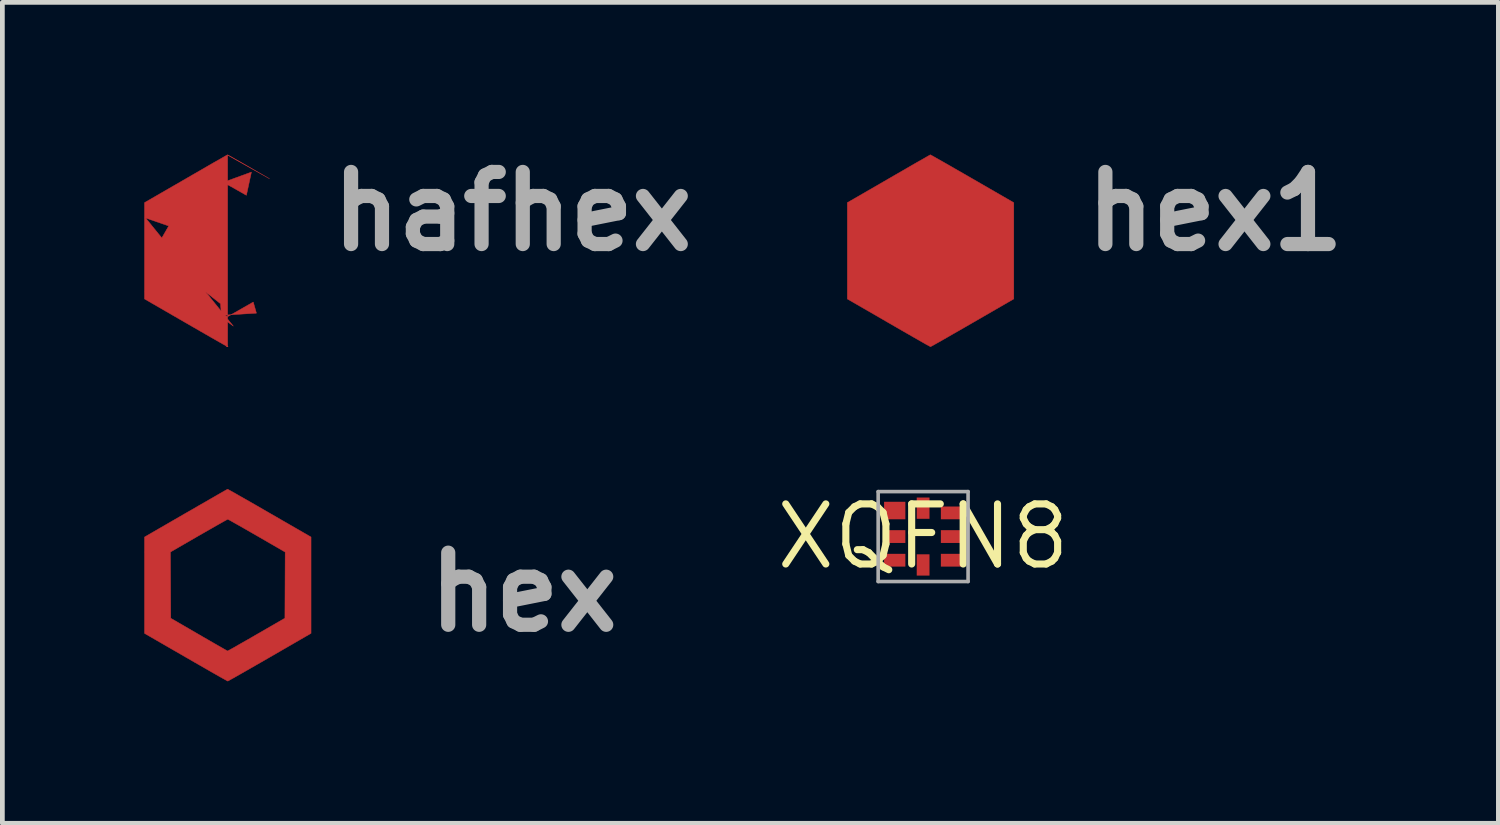
<source format=kicad_pcb>
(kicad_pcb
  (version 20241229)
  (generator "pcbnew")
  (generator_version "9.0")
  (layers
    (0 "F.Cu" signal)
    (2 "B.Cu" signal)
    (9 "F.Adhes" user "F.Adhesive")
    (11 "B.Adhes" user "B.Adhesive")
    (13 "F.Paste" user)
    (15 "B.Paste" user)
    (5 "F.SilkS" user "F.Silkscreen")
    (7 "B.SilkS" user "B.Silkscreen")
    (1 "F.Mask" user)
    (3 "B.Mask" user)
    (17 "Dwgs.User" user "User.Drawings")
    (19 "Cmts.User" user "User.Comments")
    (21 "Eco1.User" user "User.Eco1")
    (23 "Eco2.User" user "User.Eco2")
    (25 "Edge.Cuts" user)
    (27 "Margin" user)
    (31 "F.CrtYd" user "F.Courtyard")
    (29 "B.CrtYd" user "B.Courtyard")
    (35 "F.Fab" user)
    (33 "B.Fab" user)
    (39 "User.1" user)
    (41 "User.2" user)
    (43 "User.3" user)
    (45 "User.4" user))
  (footprint "hex1"
    (layer "F.Cu")
    (at 16.282 1.418)
    (property "Reference" "hex1" (at 6.35 0 0) (layer "F.Fab") (effects (font (size 1.524 1.524) (thickness 0.3))))
    (attr through_hole)
    (fp_poly (pts (xy -1.34 1.82) (xy 0.34 2.75) (xy 1.99 1.8) (xy 2.02 -0.14) (xy 0.32 -1.11) (xy -1.35 -0.15)) (stroke (width 0.1) (type solid)) (fill yes) (layer "F.Cu"))
    (fp_poly (pts (xy 0.34 -1.191) (xy 0.373 -1.173) (xy 0.423 -1.145) (xy 0.491 -1.106) (xy 0.575 -1.059) (xy 0.671 -1.004) (xy 0.78 -0.942) (xy 0.899 -0.873) (xy 1.027 -0.8) (xy 1.162 -0.722) (xy 1.214 -0.692) (xy 2.092 -0.185) (xy 2.092 1.849) (xy 1.218 2.354) (xy 1.081 2.433) (xy 0.951 2.508) (xy 0.828 2.578) (xy 0.715 2.643) (xy 0.614 2.701) (xy 0.525 2.752) (xy 0.451 2.793) (xy 0.393 2.826) (xy 0.354 2.847) (xy 0.334 2.858) (xy 0.332 2.859) (xy 0.32 2.852) (xy 0.287 2.834) (xy 0.235 2.806) (xy 0.167 2.767) (xy 0.083 2.719) (xy -0.014 2.664) (xy -0.123 2.601) (xy -0.242 2.533) (xy -0.37 2.459) (xy -0.505 2.381) (xy -0.552 2.354) (xy -1.425 1.85) (xy -1.425 0.131) (xy 1.95 0.423) (xy 0.45 2.423) (xy -0.276 1.876) (xy -0.164 1.941) (xy -0.058 2.002) (xy 0.04 2.058) (xy 0.126 2.108) (xy 0.2 2.15) (xy 0.259 2.184) (xy 0.301 2.208) (xy 0.325 2.221) (xy 0.329 2.223) (xy 0.341 2.217) (xy 0.374 2.199) (xy 0.424 2.171) (xy 0.49 2.134) (xy 0.57 2.088) (xy 0.661 2.036) (xy 0.763 1.978) (xy 0.872 1.915) (xy 0.939 2.15) (xy 0.2 2.196) (xy 1.622 0.503) (xy -1.222 0.843) (xy -0.55 -0.327) (xy 0.833 -0.831) (xy 0.727 -0.341) (xy 0.629 -0.397) (xy 0.541 -0.447) (xy 0.467 -0.489) (xy 0.406 -0.523) (xy 0.363 -0.547) (xy 0.338 -0.56) (xy 0.334 -0.562) (xy 0.32 -0.555) (xy 0.287 -0.538) (xy 0.236 -0.51) (xy 0.17 -0.472) (xy 0.089 -0.427) (xy -0.003 -0.374) (xy -0.105 -0.316) (xy -0.215 -0.253) (xy 0 0) (xy -0.8 0.346) (xy -1.425 0.131) (xy -1.425 -0.186) (xy -0.552 -0.69) (xy -0.416 -0.769) (xy -0.285 -0.844) (xy -0.163 -0.915) (xy -0.051 -0.98) (xy 0.05 -1.038) (xy 0.139 -1.088) (xy 0.212 -1.13) (xy 0.269 -1.163) (xy 0.308 -1.185) (xy 0.327 -1.196) (xy 0.328 -1.197) (xy 0.34 -1.191)) (stroke (width 0.01) (type solid)) (fill yes) (layer "F.Cu")))
  (footprint "hafhex"
    (layer "F.Cu")
    (at 1.43 1.418)
    (property "Reference" "hafhex" (at 6.35 0 0) (layer "F.Fab") (effects (font (size 1.524 1.524) (thickness 0.3))))
    (attr smd)
    (fp_poly (pts (xy 0.34 -1.191) (xy 0.373 -1.173) (xy 0.423 -1.145) (xy 0.491 -1.106) (xy 0.575 -1.059) (xy 0.671 -1.004) (xy 0.78 -0.942) (xy 0.899 -0.873) (xy 1.027 -0.8) (xy 1.162 -0.722) (xy 1.214 -0.692) (xy 0.33 -1.19) (xy 0.33 2.86) (xy 0.32 2.84) (xy 0.3 2.83) (xy 0.31 2.83) (xy 0.31 2.86) (xy 0.33 2.85) (xy 0.34 2.85) (xy 0.32 2.86) (xy 0.32 2.85) (xy 0.29 2.84) (xy 0.32 2.847) (xy 0.334 2.858) (xy 0.332 2.859) (xy 0.32 2.852) (xy 0.287 2.834) (xy 0.235 2.806) (xy 0.167 2.767) (xy 0.083 2.719) (xy -0.014 2.664) (xy -0.123 2.601) (xy -0.242 2.533) (xy -0.37 2.459) (xy -0.505 2.381) (xy -0.552 2.354) (xy -1.425 1.85) (xy -1.425 0.131) (xy -1.41 0.13) (xy 0.45 2.423) (xy -0.276 1.876) (xy -0.164 1.941) (xy -0.058 2.002) (xy 0.04 2.058) (xy 0.126 2.108) (xy 0.2 2.15) (xy 0.259 2.184) (xy 0.301 2.208) (xy 0.325 2.221) (xy 0.329 2.223) (xy 0.341 2.217) (xy 0.374 2.199) (xy 0.424 2.171) (xy 0.49 2.134) (xy 0.57 2.088) (xy 0.661 2.036) (xy 0.763 1.978) (xy 0.872 1.915) (xy 0.939 2.15) (xy 0.2 2.196) (xy 0.18 1.95) (xy -1.222 0.843) (xy -0.55 -0.327) (xy 0.833 -0.831) (xy 0.727 -0.341) (xy 0.629 -0.397) (xy 0.541 -0.447) (xy 0.467 -0.489) (xy 0.406 -0.523) (xy 0.363 -0.547) (xy 0.338 -0.56) (xy 0.334 -0.562) (xy 0.32 -0.555) (xy 0.287 -0.538) (xy 0.236 -0.51) (xy 0.17 -0.472) (xy 0.089 -0.427) (xy -0.003 -0.374) (xy -0.105 -0.316) (xy -0.215 -0.253) (xy 0 0) (xy -0.8 0.346) (xy -1.425 0.131) (xy -1.425 -0.186) (xy -0.552 -0.69) (xy -0.416 -0.769) (xy -0.285 -0.844) (xy -0.163 -0.915) (xy -0.051 -0.98) (xy 0.05 -1.038) (xy 0.139 -1.088) (xy 0.212 -1.13) (xy 0.269 -1.163) (xy 0.308 -1.185) (xy 0.327 -1.196) (xy 0.328 -1.197) (xy 0.34 -1.191)) (stroke (width 0.01) (type solid)) (fill yes) (layer "F.Cu")))
  (footprint "hex"
    (layer "F.Cu")
    (at 1.669 9.464)
    (property "Reference" "hex" (at 6.35 0 0) (layer "F.Fab") (effects (font (size 1.524 1.524) (thickness 0.3))))
    (attr through_hole)
    (fp_poly (pts (xy 0.102 -2.17) (xy 0.134 -2.152) (xy 0.185 -2.124) (xy 0.253 -2.086) (xy 0.336 -2.038) (xy 0.433 -1.983) (xy 0.542 -1.921) (xy 0.661 -1.853) (xy 0.789 -1.779) (xy 0.924 -1.701) (xy 0.976 -1.671) (xy 1.854 -1.165) (xy 1.854 0.87) (xy 0.98 1.375) (xy 0.843 1.454) (xy 0.712 1.529) (xy 0.59 1.599) (xy 0.477 1.664) (xy 0.375 1.722) (xy 0.287 1.772) (xy 0.213 1.814) (xy 0.155 1.846) (xy 0.116 1.868) (xy 0.096 1.879) (xy 0.094 1.879) (xy 0.081 1.873) (xy 0.049 1.855) (xy -0.003 1.826) (xy -0.071 1.788) (xy -0.155 1.74) (xy -0.252 1.685) (xy -0.361 1.622) (xy -0.481 1.553) (xy -0.609 1.48) (xy -0.743 1.402) (xy -0.791 1.375) (xy -1.664 0.871) (xy -1.664 -0.848) (xy -1.118 -0.848) (xy -1.111 0.551) (xy -0.514 0.897) (xy -0.402 0.962) (xy -0.296 1.023) (xy -0.199 1.079) (xy -0.112 1.129) (xy -0.038 1.171) (xy 0.021 1.205) (xy 0.063 1.229) (xy 0.087 1.242) (xy 0.091 1.244) (xy 0.103 1.238) (xy 0.135 1.22) (xy 0.186 1.192) (xy 0.252 1.155) (xy 0.331 1.109) (xy 0.423 1.057) (xy 0.525 0.999) (xy 0.634 0.936) (xy 0.701 0.897) (xy 1.302 0.55) (xy 1.305 -0.149) (xy 1.308 -0.847) (xy 0.708 -1.194) (xy 0.595 -1.259) (xy 0.489 -1.32) (xy 0.391 -1.376) (xy 0.303 -1.426) (xy 0.228 -1.468) (xy 0.168 -1.502) (xy 0.125 -1.526) (xy 0.1 -1.539) (xy 0.095 -1.541) (xy 0.082 -1.535) (xy 0.049 -1.517) (xy -0.002 -1.489) (xy -0.069 -1.451) (xy -0.149 -1.406) (xy -0.241 -1.353) (xy -0.343 -1.295) (xy -0.453 -1.232) (xy -0.518 -1.195) (xy -1.118 -0.848) (xy -1.664 -0.848) (xy -1.664 -1.165) (xy -0.791 -1.67) (xy -0.654 -1.748) (xy -0.524 -1.824) (xy -0.401 -1.894) (xy -0.289 -1.959) (xy -0.188 -2.017) (xy -0.1 -2.068) (xy -0.026 -2.11) (xy 0.03 -2.142) (xy 0.069 -2.164) (xy 0.088 -2.175) (xy 0.09 -2.176) (xy 0.102 -2.17)) (stroke (width 0.01) (type solid)) (fill yes) (layer "F.Cu"))
    (fp_poly (pts (xy 0.102 -2.17) (xy 0.134 -2.152) (xy 0.185 -2.124) (xy 0.253 -2.086) (xy 0.336 -2.038) (xy 0.433 -1.983) (xy 0.542 -1.921) (xy 0.661 -1.853) (xy 0.789 -1.779) (xy 0.924 -1.701) (xy 0.976 -1.671) (xy 1.854 -1.165) (xy 1.854 0.87) (xy 0.98 1.375) (xy 0.843 1.454) (xy 0.712 1.529) (xy 0.59 1.599) (xy 0.477 1.664) (xy 0.375 1.722) (xy 0.287 1.772) (xy 0.213 1.814) (xy 0.155 1.846) (xy 0.116 1.868) (xy 0.096 1.879) (xy 0.094 1.879) (xy 0.081 1.873) (xy 0.049 1.855) (xy -0.003 1.826) (xy -0.071 1.788) (xy -0.155 1.74) (xy -0.252 1.685) (xy -0.361 1.622) (xy -0.481 1.553) (xy -0.609 1.48) (xy -0.743 1.402) (xy -0.791 1.375) (xy -1.664 0.871) (xy -1.664 -0.848) (xy -1.118 -0.848) (xy -1.111 0.551) (xy -0.514 0.897) (xy -0.402 0.962) (xy -0.296 1.023) (xy -0.199 1.079) (xy -0.112 1.129) (xy -0.038 1.171) (xy 0.021 1.205) (xy 0.063 1.229) (xy 0.087 1.242) (xy 0.091 1.244) (xy 0.103 1.238) (xy 0.135 1.22) (xy 0.186 1.192) (xy 0.252 1.155) (xy 0.331 1.109) (xy 0.423 1.057) (xy 0.525 0.999) (xy 0.634 0.936) (xy 0.701 0.897) (xy 1.302 0.55) (xy 1.305 -0.149) (xy 1.308 -0.847) (xy 0.708 -1.194) (xy 0.595 -1.259) (xy 0.489 -1.32) (xy 0.391 -1.376) (xy 0.303 -1.426) (xy 0.228 -1.468) (xy 0.168 -1.502) (xy 0.125 -1.526) (xy 0.1 -1.539) (xy 0.095 -1.541) (xy 0.082 -1.535) (xy 0.049 -1.517) (xy -0.002 -1.489) (xy -0.069 -1.451) (xy -0.149 -1.406) (xy -0.241 -1.353) (xy -0.343 -1.295) (xy -0.453 -1.232) (xy -0.518 -1.195) (xy -1.118 -0.848) (xy -1.664 -0.848) (xy -1.664 -1.165) (xy -0.791 -1.67) (xy -0.654 -1.748) (xy -0.524 -1.824) (xy -0.401 -1.894) (xy -0.289 -1.959) (xy -0.188 -2.017) (xy -0.1 -2.068) (xy -0.026 -2.11) (xy 0.03 -2.142) (xy 0.069 -2.164) (xy 0.088 -2.175) (xy 0.09 -2.176) (xy 0.102 -2.17)) (stroke (width 0.01) (type solid)) (fill yes) (layer "F.Mask")))
  (footprint "XQFN8"
    (layer "F.Cu")
    (at 16.458 8.289)
    (property "Reference" "XQFN8" (at 0 0 0) (layer "F.SilkS") (effects (font (size 1.27 1.27) (thickness 0.15))))
    (attr through_hole)
    (fp_line (start -0.95 -0.95) (end -0.95 0.95) (stroke (width 0.076) (type solid)) (layer "F.Fab"))
    (fp_line (start -0.95 -0.95) (end 0.95 -0.95) (stroke (width 0.076) (type solid)) (layer "F.Fab"))
    (fp_line (start 0.95 -0.95) (end 0.95 0.95) (stroke (width 0.076) (type solid)) (layer "F.Fab"))
    (fp_line (start 0.95 0.95) (end -0.95 0.95) (stroke (width 0.076) (type solid)) (layer "F.Fab"))
    (pad "FD" smd rect (at 0 0.6 270) (size 0.45 0.27) (layers "F.Cu" "F.Mask" "F.Paste"))
    (pad "LA" smd rect (at -0.6 -0.55 180) (size 0.45 0.37) (layers "F.Cu" "F.Mask" "F.Paste"))
    (pad "LB" smd rect (at 0 -0.6 90) (size 0.45 0.27) (layers "F.Cu" "F.Mask" "F.Paste"))
    (pad "SCL" smd rect (at -0.6 0.5 180) (size 0.45 0.27) (layers "F.Cu" "F.Mask" "F.Paste"))
    (pad "SDA" smd rect (at 0.6 0.5) (size 0.45 0.27) (layers "F.Cu" "F.Mask" "F.Paste"))
    (pad "VCC" smd rect (at 0.6 0) (size 0.45 0.27) (layers "F.Cu" "F.Mask" "F.Paste"))
    (pad "VOUT" smd rect (at 0.6 -0.5) (size 0.45 0.27) (layers "F.Cu" "F.Mask" "F.Paste"))
    (pad "VSS" smd rect (at -0.6 0 180) (size 0.45 0.27) (layers "F.Cu" "F.Mask" "F.Paste")))
  (gr_rect
    (start -3 -3)
    (end 28.615 14.348)
    (stroke (width 0.1) (type default))
    (fill no)
    (layer "Edge.Cuts")))
</source>
